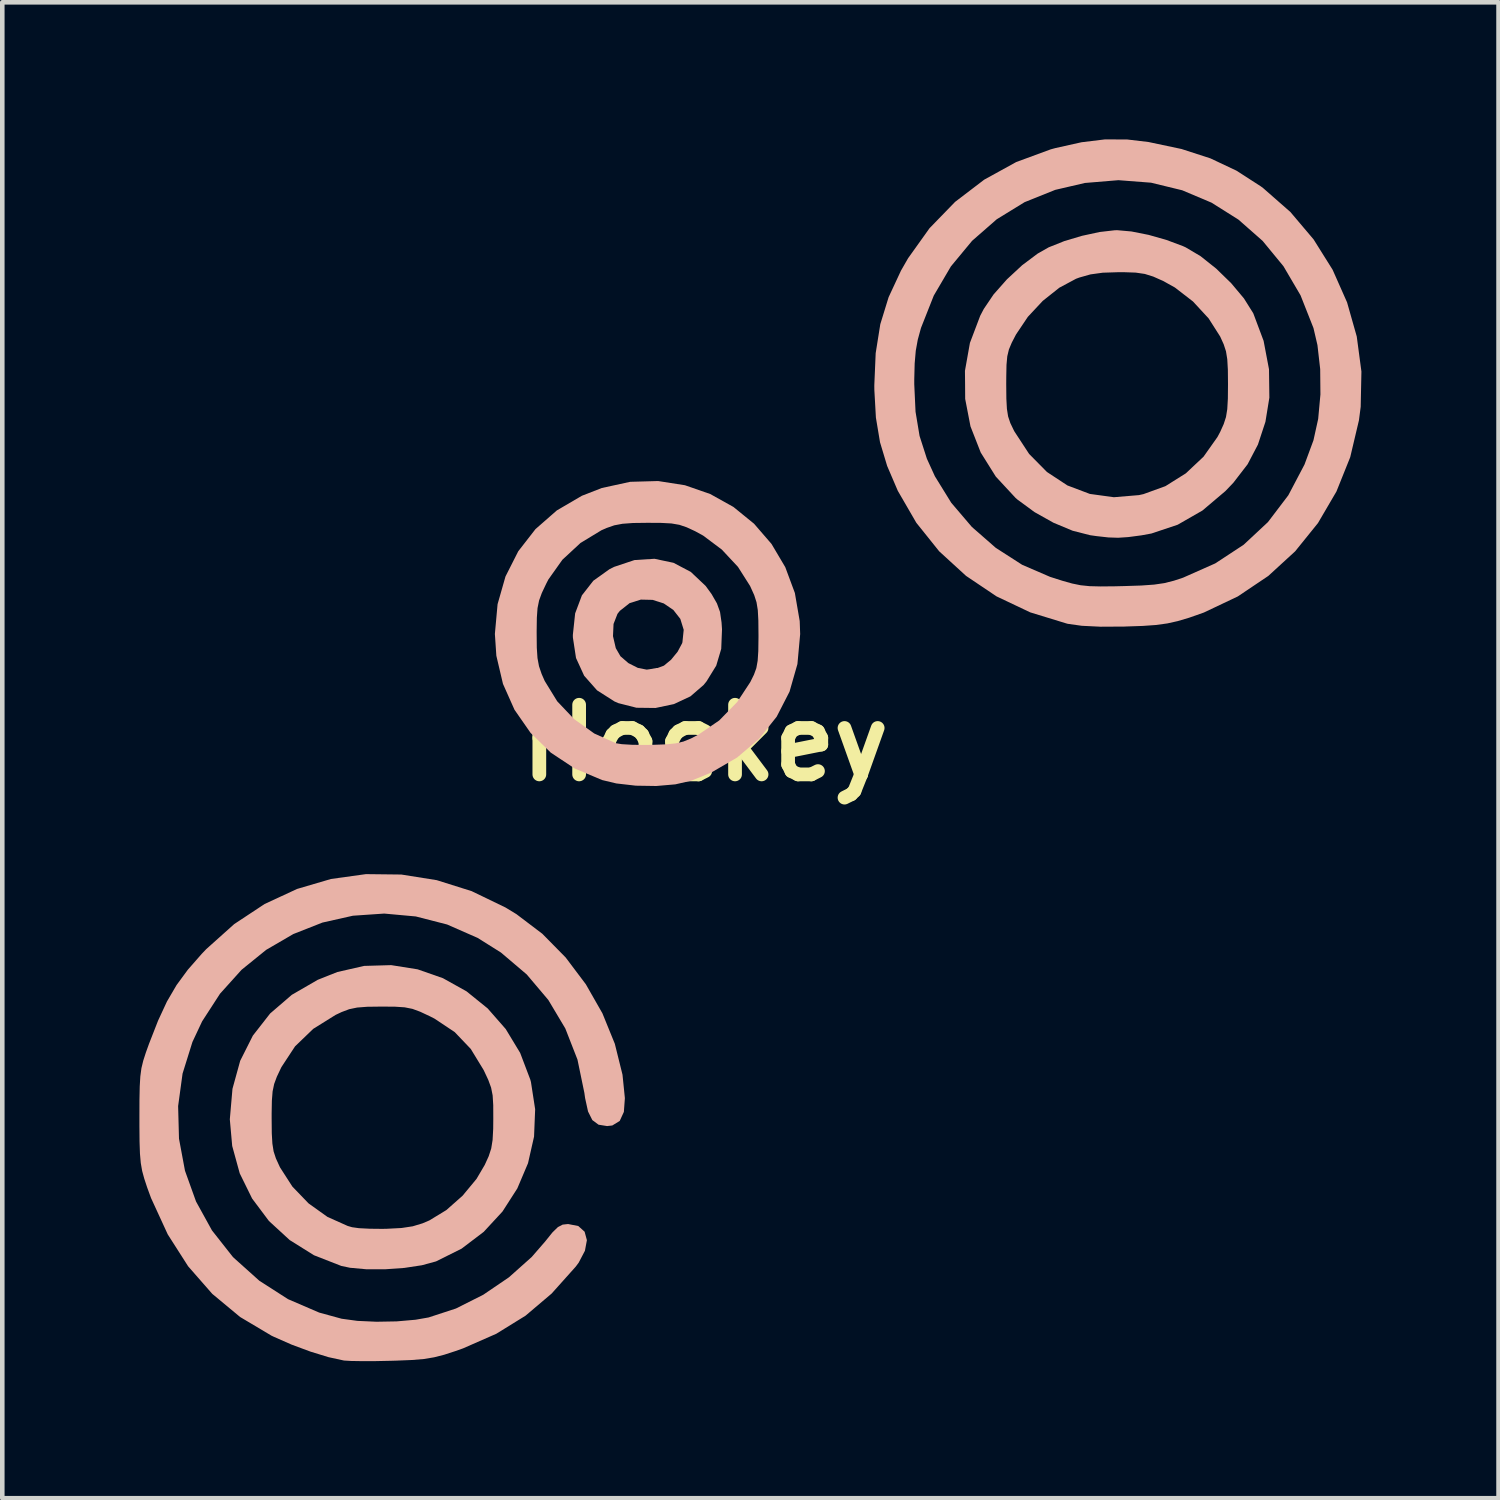
<source format=kicad_pcb>
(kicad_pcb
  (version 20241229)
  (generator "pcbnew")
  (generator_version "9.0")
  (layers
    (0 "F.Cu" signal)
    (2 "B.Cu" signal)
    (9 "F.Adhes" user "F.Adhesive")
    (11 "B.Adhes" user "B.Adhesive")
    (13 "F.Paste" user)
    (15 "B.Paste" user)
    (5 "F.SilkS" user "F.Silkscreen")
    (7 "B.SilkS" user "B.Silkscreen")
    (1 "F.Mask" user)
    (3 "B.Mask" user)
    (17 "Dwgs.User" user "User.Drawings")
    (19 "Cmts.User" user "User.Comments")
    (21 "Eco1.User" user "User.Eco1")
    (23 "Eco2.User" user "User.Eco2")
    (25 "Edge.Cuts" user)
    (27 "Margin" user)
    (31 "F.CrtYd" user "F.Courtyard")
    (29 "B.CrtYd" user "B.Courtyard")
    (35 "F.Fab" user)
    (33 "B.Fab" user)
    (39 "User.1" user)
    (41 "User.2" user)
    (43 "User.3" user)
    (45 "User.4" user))
  (footprint "Hockey"
    (layer "F.Cu")
    (at 12.378 13.203)
    (property "Reference" "Hockey" (at 0 0 0) (layer "F.SilkS") (effects (font (size 1.524 1.524) (thickness 0.3))))
    (attr board_only exclude_from_pos_files exclude_from_bom)
    (fp_poly (pts (xy -0.693 -3.94) (xy -0.315 -3.741) (xy 0.01 -3.434) (xy 0.139 -3.257) (xy 0.257 -3.052) (xy 0.325 -2.864) (xy 0.358 -2.635) (xy 0.368 -2.484) (xy 0.351 -2.057) (xy 0.242 -1.691) (xy 0.03 -1.347) (xy -0.035 -1.267) (xy -0.323 -1.018) (xy -0.684 -0.849) (xy -1.087 -0.764) (xy -1.503 -0.769) (xy -1.901 -0.87) (xy -1.985 -0.907) (xy -2.366 -1.15) (xy -2.648 -1.469) (xy -2.826 -1.857) (xy -2.894 -2.304) (xy -2.895 -2.335) (xy -2.017 -2.335) (xy -1.956 -2.073) (xy -1.854 -1.896) (xy -1.681 -1.746) (xy -1.473 -1.641) (xy -1.279 -1.603) (xy -1.208 -1.613) (xy -1.068 -1.638) (xy -1.04 -1.639) (xy -0.903 -1.69) (xy -0.746 -1.82) (xy -0.603 -1.995) (xy -0.505 -2.179) (xy -0.498 -2.202) (xy -0.47 -2.474) (xy -0.544 -2.713) (xy -0.697 -2.909) (xy -0.906 -3.051) (xy -1.151 -3.129) (xy -1.407 -3.135) (xy -1.653 -3.058) (xy -1.867 -2.889) (xy -1.919 -2.823) (xy -2.005 -2.602) (xy -2.017 -2.335) (xy -2.895 -2.335) (xy -2.895 -2.364) (xy -2.845 -2.834) (xy -2.697 -3.228) (xy -2.447 -3.548) (xy -2.094 -3.8) (xy -1.993 -3.851) (xy -1.547 -4) (xy -1.109 -4.028)) (stroke (width 0) (type solid)) (fill yes) (layer "B.SilkS"))
    (fp_poly (pts (xy -0.443 -5.637) (xy 0.11 -5.445) (xy 0.618 -5.162) (xy 1.069 -4.795) (xy 1.451 -4.353) (xy 1.752 -3.845) (xy 1.962 -3.28) (xy 2.068 -2.665) (xy 2.078 -2.381) (xy 2.018 -1.725) (xy 1.845 -1.12) (xy 1.564 -0.573) (xy 1.181 -0.091) (xy 0.699 0.32) (xy 0.125 0.653) (xy -0.308 0.828) (xy -0.653 0.907) (xy -1.071 0.943) (xy -1.517 0.936) (xy -1.944 0.887) (xy -2.254 0.813) (xy -2.853 0.561) (xy -3.378 0.213) (xy -3.82 -0.219) (xy -4.172 -0.725) (xy -4.424 -1.291) (xy -4.569 -1.907) (xy -4.601 -2.383) (xy -4.6 -2.396) (xy -3.687 -2.396) (xy -3.684 -2.082) (xy -3.669 -1.856) (xy -3.636 -1.678) (xy -3.579 -1.51) (xy -3.511 -1.355) (xy -3.238 -0.911) (xy -2.868 -0.521) (xy -2.427 -0.206) (xy -1.954 0.007) (xy -1.824 0.028) (xy -1.605 0.041) (xy -1.332 0.045) (xy -1.166 0.043) (xy -0.865 0.032) (xy -0.649 0.011) (xy -0.478 -0.029) (xy -0.312 -0.096) (xy -0.143 -0.184) (xy 0.308 -0.492) (xy 0.699 -0.893) (xy 0.987 -1.331) (xy 1.067 -1.493) (xy 1.119 -1.636) (xy 1.148 -1.797) (xy 1.162 -2.009) (xy 1.166 -2.308) (xy 1.166 -2.364) (xy 1.163 -2.679) (xy 1.151 -2.905) (xy 1.123 -3.077) (xy 1.073 -3.232) (xy 0.995 -3.405) (xy 0.981 -3.435) (xy 0.717 -3.851) (xy 0.363 -4.23) (xy -0.044 -4.535) (xy -0.221 -4.632) (xy -0.405 -4.717) (xy -0.564 -4.771) (xy -0.737 -4.801) (xy -0.962 -4.813) (xy -1.261 -4.815) (xy -1.579 -4.811) (xy -1.809 -4.794) (xy -1.989 -4.76) (xy -2.156 -4.702) (xy -2.27 -4.652) (xy -2.728 -4.374) (xy -3.124 -4.007) (xy -3.43 -3.576) (xy -3.48 -3.479) (xy -3.574 -3.28) (xy -3.634 -3.116) (xy -3.668 -2.948) (xy -3.683 -2.738) (xy -3.687 -2.446) (xy -3.687 -2.396) (xy -4.6 -2.396) (xy -4.542 -3.035) (xy -4.369 -3.641) (xy -4.09 -4.192) (xy -3.713 -4.677) (xy -3.246 -5.086) (xy -2.697 -5.407) (xy -2.26 -5.577) (xy -1.64 -5.712) (xy -1.03 -5.729)) (stroke (width 0) (type solid)) (fill yes) (layer "B.SilkS"))
    (fp_poly (pts (xy -6.291 4.954) (xy -5.737 5.148) (xy -5.222 5.435) (xy -4.759 5.809) (xy -4.364 6.26) (xy -4.048 6.782) (xy -3.826 7.367) (xy -3.812 7.419) (xy -3.72 8.015) (xy -3.744 8.613) (xy -3.876 9.195) (xy -4.11 9.747) (xy -4.435 10.253) (xy -4.845 10.697) (xy -5.331 11.066) (xy -5.885 11.342) (xy -5.893 11.345) (xy -6.198 11.428) (xy -6.581 11.486) (xy -7 11.516) (xy -7.411 11.516) (xy -7.771 11.483) (xy -7.961 11.443) (xy -8.559 11.209) (xy -9.09 10.877) (xy -9.544 10.46) (xy -9.912 9.969) (xy -10.183 9.418) (xy -10.348 8.818) (xy -10.4 8.235) (xy -10.399 8.224) (xy -9.485 8.224) (xy -9.482 8.54) (xy -9.469 8.766) (xy -9.442 8.937) (xy -9.392 9.09) (xy -9.314 9.261) (xy -9.301 9.288) (xy -9.032 9.706) (xy -8.677 10.075) (xy -8.264 10.37) (xy -7.822 10.568) (xy -7.725 10.596) (xy -7.574 10.617) (xy -7.339 10.629) (xy -7.064 10.632) (xy -6.965 10.63) (xy -6.643 10.613) (xy -6.399 10.576) (xy -6.184 10.511) (xy -6.034 10.447) (xy -5.663 10.221) (xy -5.308 9.907) (xy -5.003 9.539) (xy -4.823 9.233) (xy -4.736 9.042) (xy -4.681 8.873) (xy -4.651 8.687) (xy -4.638 8.444) (xy -4.636 8.224) (xy -4.637 7.926) (xy -4.65 7.712) (xy -4.684 7.541) (xy -4.746 7.372) (xy -4.844 7.163) (xy -4.847 7.157) (xy -5.129 6.695) (xy -5.48 6.327) (xy -5.921 6.033) (xy -6.023 5.981) (xy -6.234 5.882) (xy -6.404 5.819) (xy -6.575 5.785) (xy -6.789 5.771) (xy -7.087 5.769) (xy -7.09 5.769) (xy -7.395 5.773) (xy -7.615 5.79) (xy -7.788 5.826) (xy -7.955 5.889) (xy -8.086 5.951) (xy -8.575 6.256) (xy -8.973 6.639) (xy -9.27 7.091) (xy -9.279 7.109) (xy -9.371 7.303) (xy -9.43 7.462) (xy -9.464 7.624) (xy -9.48 7.826) (xy -9.485 8.103) (xy -9.485 8.224) (xy -10.399 8.224) (xy -10.342 7.568) (xy -10.173 6.955) (xy -9.896 6.404) (xy -9.518 5.92) (xy -9.043 5.511) (xy -8.476 5.183) (xy -8.049 5.013) (xy -7.461 4.879) (xy -6.87 4.862)) (stroke (width 0) (type solid)) (fill yes) (layer "B.SilkS"))
    (fp_poly (pts (xy 9.326 -11.189) (xy 9.703 -11.114) (xy 10.093 -11.003) (xy 10.449 -10.87) (xy 10.511 -10.842) (xy 10.837 -10.649) (xy 11.179 -10.377) (xy 11.507 -10.058) (xy 11.787 -9.724) (xy 11.986 -9.407) (xy 11.994 -9.391) (xy 12.217 -8.796) (xy 12.335 -8.174) (xy 12.343 -7.554) (xy 12.257 -7.025) (xy 12.093 -6.527) (xy 11.867 -6.096) (xy 11.555 -5.691) (xy 11.381 -5.509) (xy 10.879 -5.084) (xy 10.337 -4.773) (xy 9.763 -4.581) (xy 9.545 -4.541) (xy 9.258 -4.503) (xy 9.035 -4.488) (xy 8.822 -4.495) (xy 8.562 -4.524) (xy 8.421 -4.544) (xy 8.038 -4.642) (xy 7.619 -4.817) (xy 7.204 -5.05) (xy 6.836 -5.32) (xy 6.79 -5.36) (xy 6.358 -5.826) (xy 6.028 -6.353) (xy 5.804 -6.925) (xy 5.688 -7.526) (xy 5.686 -7.847) (xy 6.586 -7.847) (xy 6.589 -7.532) (xy 6.601 -7.309) (xy 6.627 -7.143) (xy 6.675 -6.999) (xy 6.75 -6.843) (xy 6.765 -6.814) (xy 7.087 -6.322) (xy 7.477 -5.927) (xy 7.924 -5.633) (xy 8.416 -5.447) (xy 8.941 -5.375) (xy 9.489 -5.421) (xy 9.589 -5.443) (xy 10.069 -5.617) (xy 10.515 -5.897) (xy 10.903 -6.262) (xy 11.208 -6.693) (xy 11.268 -6.806) (xy 11.344 -6.975) (xy 11.394 -7.129) (xy 11.422 -7.302) (xy 11.435 -7.531) (xy 11.438 -7.847) (xy 11.435 -8.165) (xy 11.422 -8.394) (xy 11.394 -8.567) (xy 11.344 -8.72) (xy 11.267 -8.89) (xy 11.267 -8.89) (xy 11.014 -9.287) (xy 10.672 -9.657) (xy 10.276 -9.963) (xy 10.021 -10.105) (xy 9.803 -10.202) (xy 9.617 -10.26) (xy 9.418 -10.289) (xy 9.158 -10.298) (xy 9.044 -10.298) (xy 8.699 -10.287) (xy 8.43 -10.25) (xy 8.186 -10.181) (xy 8.113 -10.154) (xy 7.747 -9.958) (xy 7.385 -9.67) (xy 7.059 -9.321) (xy 6.804 -8.941) (xy 6.801 -8.937) (xy 6.707 -8.756) (xy 6.645 -8.608) (xy 6.609 -8.458) (xy 6.592 -8.271) (xy 6.587 -8.01) (xy 6.586 -7.847) (xy 5.686 -7.847) (xy 5.683 -8.14) (xy 5.792 -8.751) (xy 6.017 -9.345) (xy 6.095 -9.494) (xy 6.31 -9.812) (xy 6.602 -10.142) (xy 6.935 -10.451) (xy 7.274 -10.705) (xy 7.515 -10.842) (xy 7.858 -10.979) (xy 8.245 -11.094) (xy 8.628 -11.177) (xy 8.957 -11.215) (xy 9.013 -11.217)) (stroke (width 0) (type solid)) (fill yes) (layer "B.SilkS"))
    (fp_poly (pts (xy 9.228 -13.202) (xy 9.699 -13.146) (xy 10.422 -12.993) (xy 11.054 -12.788) (xy 11.622 -12.52) (xy 12.153 -12.178) (xy 12.208 -12.137) (xy 12.803 -11.615) (xy 13.311 -11.015) (xy 13.727 -10.351) (xy 14.043 -9.638) (xy 14.255 -8.891) (xy 14.357 -8.124) (xy 14.341 -7.353) (xy 14.303 -7.059) (xy 14.112 -6.251) (xy 13.81 -5.499) (xy 13.406 -4.809) (xy 12.907 -4.191) (xy 12.32 -3.653) (xy 11.652 -3.204) (xy 10.91 -2.852) (xy 10.589 -2.739) (xy 10.34 -2.665) (xy 10.112 -2.614) (xy 9.868 -2.58) (xy 9.572 -2.559) (xy 9.187 -2.546) (xy 9.17 -2.545) (xy 8.649 -2.542) (xy 8.24 -2.562) (xy 7.934 -2.605) (xy 7.91 -2.611) (xy 7.111 -2.856) (xy 6.373 -3.206) (xy 5.707 -3.654) (xy 5.119 -4.192) (xy 4.619 -4.816) (xy 4.214 -5.515) (xy 3.981 -6.059) (xy 3.825 -6.577) (xy 3.735 -7.116) (xy 3.701 -7.72) (xy 3.7 -7.815) (xy 3.701 -7.847) (xy 4.574 -7.847) (xy 4.602 -7.245) (xy 4.69 -6.716) (xy 4.85 -6.218) (xy 5.025 -5.834) (xy 5.383 -5.254) (xy 5.834 -4.725) (xy 6.358 -4.267) (xy 6.934 -3.897) (xy 7.54 -3.635) (xy 7.551 -3.631) (xy 7.818 -3.546) (xy 8.028 -3.487) (xy 8.214 -3.449) (xy 8.409 -3.429) (xy 8.647 -3.423) (xy 8.96 -3.426) (xy 9.17 -3.431) (xy 9.541 -3.443) (xy 9.821 -3.463) (xy 10.047 -3.496) (xy 10.256 -3.549) (xy 10.456 -3.615) (xy 11.159 -3.927) (xy 11.779 -4.334) (xy 12.312 -4.831) (xy 12.758 -5.418) (xy 13.112 -6.091) (xy 13.308 -6.621) (xy 13.411 -7.088) (xy 13.46 -7.623) (xy 13.455 -8.177) (xy 13.395 -8.703) (xy 13.308 -9.076) (xy 13.025 -9.792) (xy 12.651 -10.429) (xy 12.195 -10.983) (xy 11.667 -11.448) (xy 11.078 -11.819) (xy 10.437 -12.09) (xy 9.755 -12.256) (xy 9.041 -12.311) (xy 8.307 -12.25) (xy 7.658 -12.099) (xy 6.988 -11.83) (xy 6.379 -11.456) (xy 5.839 -10.984) (xy 5.376 -10.425) (xy 5.001 -9.786) (xy 4.721 -9.078) (xy 4.72 -9.074) (xy 4.651 -8.822) (xy 4.607 -8.579) (xy 4.583 -8.301) (xy 4.574 -7.95) (xy 4.574 -7.847) (xy 3.701 -7.847) (xy 3.73 -8.526) (xy 3.831 -9.16) (xy 4.013 -9.751) (xy 4.284 -10.333) (xy 4.439 -10.603) (xy 4.908 -11.26) (xy 5.467 -11.836) (xy 6.104 -12.322) (xy 6.805 -12.708) (xy 7.558 -12.985) (xy 7.66 -13.013) (xy 8.234 -13.141) (xy 8.743 -13.203)) (stroke (width 0) (type solid)) (fill yes) (layer "B.SilkS"))
    (fp_poly (pts (xy -6.647 2.88) (xy -5.873 3.003) (xy -5.11 3.243) (xy -4.369 3.601) (xy -4.129 3.747) (xy -3.563 4.176) (xy -3.053 4.694) (xy -2.611 5.281) (xy -2.248 5.917) (xy -1.977 6.583) (xy -1.809 7.259) (xy -1.757 7.772) (xy -1.779 8.073) (xy -1.87 8.271) (xy -2.032 8.37) (xy -2.146 8.383) (xy -2.333 8.353) (xy -2.469 8.252) (xy -2.563 8.064) (xy -2.627 7.772) (xy -2.643 7.658) (xy -2.794 6.929) (xy -3.06 6.248) (xy -3.432 5.624) (xy -3.904 5.066) (xy -4.469 4.586) (xy -4.979 4.266) (xy -5.646 3.973) (xy -6.331 3.797) (xy -7.022 3.734) (xy -7.707 3.781) (xy -8.374 3.931) (xy -9.011 4.182) (xy -9.605 4.528) (xy -10.143 4.964) (xy -10.614 5.487) (xy -11.006 6.092) (xy -11.218 6.543) (xy -11.434 7.235) (xy -11.531 7.946) (xy -11.512 8.659) (xy -11.381 9.36) (xy -11.139 10.034) (xy -10.791 10.665) (xy -10.339 11.239) (xy -10.314 11.265) (xy -9.753 11.768) (xy -9.126 12.17) (xy -8.446 12.463) (xy -7.954 12.598) (xy -7.608 12.645) (xy -7.19 12.664) (xy -6.75 12.656) (xy -6.337 12.62) (xy -6.051 12.57) (xy -5.452 12.374) (xy -4.856 12.074) (xy -4.294 11.692) (xy -3.796 11.248) (xy -3.501 10.908) (xy -3.341 10.709) (xy -3.222 10.593) (xy -3.118 10.539) (xy -3 10.526) (xy -2.776 10.57) (xy -2.638 10.694) (xy -2.588 10.879) (xy -2.631 11.111) (xy -2.768 11.372) (xy -2.832 11.458) (xy -3.359 12.047) (xy -3.931 12.532) (xy -4.57 12.927) (xy -5.296 13.246) (xy -5.459 13.304) (xy -5.711 13.386) (xy -5.931 13.442) (xy -6.154 13.479) (xy -6.419 13.501) (xy -6.763 13.515) (xy -6.87 13.518) (xy -7.202 13.525) (xy -7.504 13.526) (xy -7.745 13.522) (xy -7.896 13.513) (xy -7.91 13.511) (xy -8.24 13.439) (xy -8.634 13.318) (xy -9.049 13.164) (xy -9.439 12.992) (xy -9.486 12.97) (xy -10.175 12.56) (xy -10.784 12.054) (xy -11.312 11.451) (xy -11.758 10.753) (xy -12.123 9.959) (xy -12.208 9.727) (xy -12.272 9.533) (xy -12.318 9.364) (xy -12.348 9.191) (xy -12.366 8.987) (xy -12.375 8.723) (xy -12.378 8.374) (xy -12.378 8.194) (xy -12.377 7.806) (xy -12.371 7.516) (xy -12.358 7.296) (xy -12.334 7.117) (xy -12.294 6.952) (xy -12.236 6.772) (xy -12.169 6.586) (xy -11.97 6.077) (xy -11.776 5.659) (xy -11.565 5.298) (xy -11.319 4.963) (xy -11.017 4.618) (xy -10.916 4.512) (xy -10.304 3.964) (xy -9.638 3.524) (xy -8.928 3.195) (xy -8.186 2.977) (xy -7.422 2.871)) (stroke (width 0) (type solid)) (fill yes) (layer "B.SilkS")))
  (gr_rect
    (start -3 -3)
    (end 29.735 29.728)
    (stroke (width 0.1) (type default))
    (fill no)
    (layer "Edge.Cuts")))
</source>
